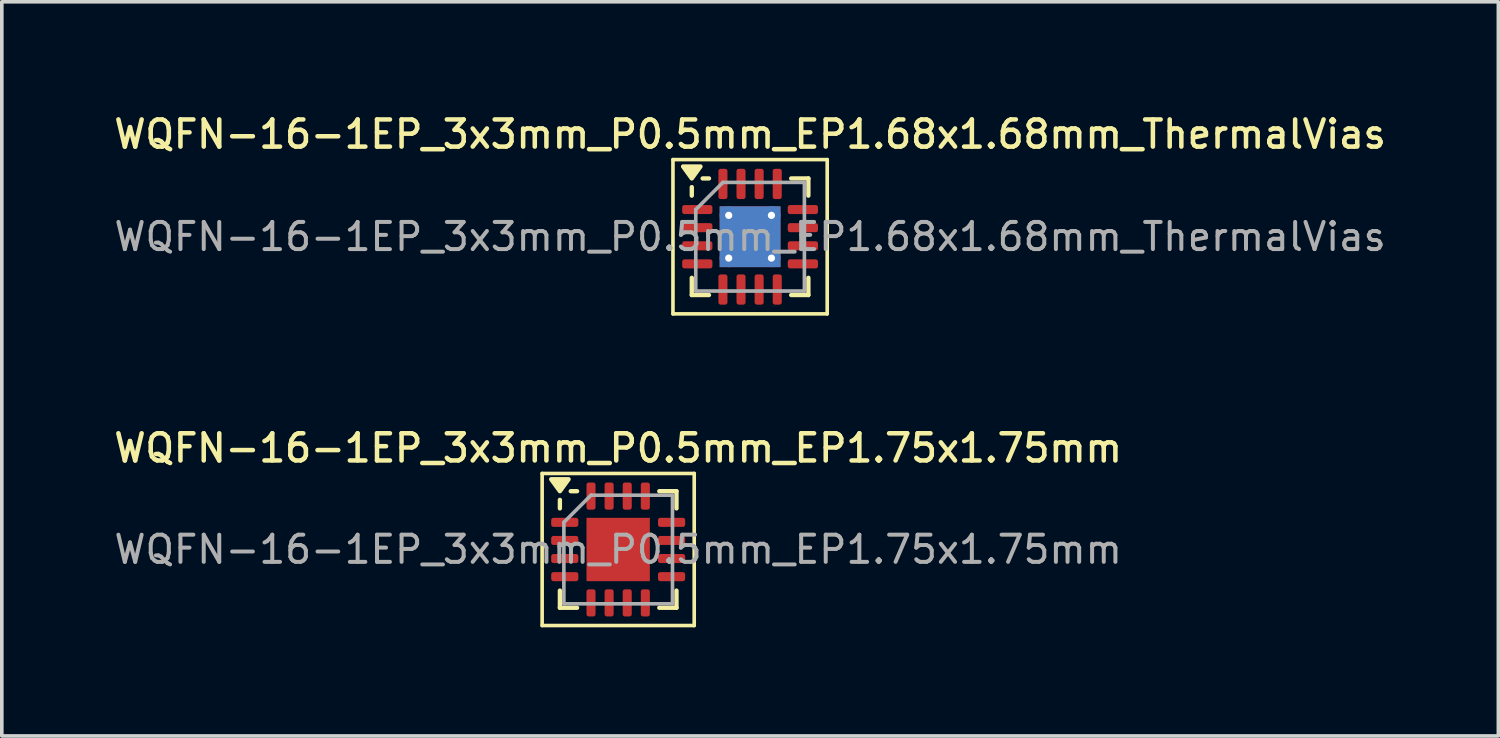
<source format=kicad_pcb>
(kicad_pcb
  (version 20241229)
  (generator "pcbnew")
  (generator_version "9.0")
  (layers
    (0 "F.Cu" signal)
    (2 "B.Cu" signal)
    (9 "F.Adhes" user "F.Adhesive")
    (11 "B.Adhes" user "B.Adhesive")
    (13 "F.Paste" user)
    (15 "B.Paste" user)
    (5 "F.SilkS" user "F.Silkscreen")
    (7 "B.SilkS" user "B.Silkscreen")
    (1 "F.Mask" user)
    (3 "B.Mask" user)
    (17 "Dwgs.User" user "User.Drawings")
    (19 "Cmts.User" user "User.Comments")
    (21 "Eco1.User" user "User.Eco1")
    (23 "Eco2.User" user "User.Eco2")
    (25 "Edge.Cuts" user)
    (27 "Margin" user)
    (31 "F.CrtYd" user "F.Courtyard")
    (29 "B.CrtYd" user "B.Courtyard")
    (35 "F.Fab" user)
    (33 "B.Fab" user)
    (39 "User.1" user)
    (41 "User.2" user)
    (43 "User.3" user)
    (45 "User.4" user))
  (footprint "WQFN-16-1EP_3x3mm_P0.5mm_EP1.68x1.68mm_ThermalVias"
    (layer "F.Cu")
    (at 17.666 3.488)
    (property "Reference" "WQFN-16-1EP_3x3mm_P0.5mm_EP1.68x1.68mm_ThermalVias" (at 0 -2.83 0) (layer "F.SilkS") (effects (font (size 0.75 0.75) (thickness 0.125))))
    (attr smd)
    (fp_line (start -2.13 -2.13) (end -2.13 2.13) (stroke (width 0.1) (type solid)) (layer "F.SilkS"))
    (fp_line (start -2.13 2.13) (end 2.13 2.13) (stroke (width 0.1) (type solid)) (layer "F.SilkS"))
    (fp_line (start -1.61 -1.135) (end -1.61 -1.37) (stroke (width 0.12) (type solid)) (layer "F.SilkS"))
    (fp_line (start -1.61 1.61) (end -1.61 1.135) (stroke (width 0.12) (type solid)) (layer "F.SilkS"))
    (fp_line (start -1.135 -1.61) (end -1.31 -1.61) (stroke (width 0.12) (type solid)) (layer "F.SilkS"))
    (fp_line (start -1.135 1.61) (end -1.61 1.61) (stroke (width 0.12) (type solid)) (layer "F.SilkS"))
    (fp_line (start 1.135 -1.61) (end 1.61 -1.61) (stroke (width 0.12) (type solid)) (layer "F.SilkS"))
    (fp_line (start 1.135 1.61) (end 1.61 1.61) (stroke (width 0.12) (type solid)) (layer "F.SilkS"))
    (fp_line (start 1.61 -1.61) (end 1.61 -1.135) (stroke (width 0.12) (type solid)) (layer "F.SilkS"))
    (fp_line (start 1.61 1.61) (end 1.61 1.135) (stroke (width 0.12) (type solid)) (layer "F.SilkS"))
    (fp_line (start 2.13 -2.13) (end -2.13 -2.13) (stroke (width 0.1) (type solid)) (layer "F.SilkS"))
    (fp_line (start 2.13 2.13) (end 2.13 -2.13) (stroke (width 0.1) (type solid)) (layer "F.SilkS"))
    (fp_poly (pts (xy -1.61 -1.61) (xy -1.85 -1.94) (xy -1.37 -1.94) (xy -1.61 -1.61)) (stroke (width 0.12) (type solid)) (fill yes) (layer "F.SilkS"))
    (fp_line (start -1.5 -0.75) (end -0.75 -1.5) (stroke (width 0.1) (type solid)) (layer "F.Fab"))
    (fp_line (start -1.5 1.5) (end -1.5 -0.75) (stroke (width 0.1) (type solid)) (layer "F.Fab"))
    (fp_line (start -0.75 -1.5) (end 1.5 -1.5) (stroke (width 0.1) (type solid)) (layer "F.Fab"))
    (fp_line (start 1.5 -1.5) (end 1.5 1.5) (stroke (width 0.1) (type solid)) (layer "F.Fab"))
    (fp_line (start 1.5 1.5) (end -1.5 1.5) (stroke (width 0.1) (type solid)) (layer "F.Fab"))
    (fp_text user "${REFERENCE}" (at 0 0 0) (layer "F.Fab") (effects (font (size 0.75 0.75) (thickness 0.11))))
    (pad "" smd roundrect (at -0.42 -0.42) (size 0.73 0.73) (layers "F.Paste") (roundrect_rratio 0.25))
    (pad "" smd roundrect (at -0.42 0.42) (size 0.73 0.73) (layers "F.Paste") (roundrect_rratio 0.25))
    (pad "" smd roundrect (at 0.42 -0.42) (size 0.73 0.73) (layers "F.Paste") (roundrect_rratio 0.25))
    (pad "" smd roundrect (at 0.42 0.42) (size 0.73 0.73) (layers "F.Paste") (roundrect_rratio 0.25))
    (pad "1" smd roundrect (at -1.458 -0.75) (size 0.835 0.25) (layers "F.Cu" "F.Mask" "F.Paste") (roundrect_rratio 0.25))
    (pad "2" smd roundrect (at -1.458 -0.25) (size 0.835 0.25) (layers "F.Cu" "F.Mask" "F.Paste") (roundrect_rratio 0.25))
    (pad "3" smd roundrect (at -1.458 0.25) (size 0.835 0.25) (layers "F.Cu" "F.Mask" "F.Paste") (roundrect_rratio 0.25))
    (pad "4" smd roundrect (at -1.458 0.75) (size 0.835 0.25) (layers "F.Cu" "F.Mask" "F.Paste") (roundrect_rratio 0.25))
    (pad "5" smd roundrect (at -0.75 1.458) (size 0.25 0.835) (layers "F.Cu" "F.Mask" "F.Paste") (roundrect_rratio 0.25))
    (pad "6" smd roundrect (at -0.25 1.458) (size 0.25 0.835) (layers "F.Cu" "F.Mask" "F.Paste") (roundrect_rratio 0.25))
    (pad "7" smd roundrect (at 0.25 1.458) (size 0.25 0.835) (layers "F.Cu" "F.Mask" "F.Paste") (roundrect_rratio 0.25))
    (pad "8" smd roundrect (at 0.75 1.458) (size 0.25 0.835) (layers "F.Cu" "F.Mask" "F.Paste") (roundrect_rratio 0.25))
    (pad "9" smd roundrect (at 1.458 0.75) (size 0.835 0.25) (layers "F.Cu" "F.Mask" "F.Paste") (roundrect_rratio 0.25))
    (pad "10" smd roundrect (at 1.458 0.25) (size 0.835 0.25) (layers "F.Cu" "F.Mask" "F.Paste") (roundrect_rratio 0.25))
    (pad "11" smd roundrect (at 1.458 -0.25) (size 0.835 0.25) (layers "F.Cu" "F.Mask" "F.Paste") (roundrect_rratio 0.25))
    (pad "12" smd roundrect (at 1.458 -0.75) (size 0.835 0.25) (layers "F.Cu" "F.Mask" "F.Paste") (roundrect_rratio 0.25))
    (pad "13" smd roundrect (at 0.75 -1.458) (size 0.25 0.835) (layers "F.Cu" "F.Mask" "F.Paste") (roundrect_rratio 0.25))
    (pad "14" smd roundrect (at 0.25 -1.458) (size 0.25 0.835) (layers "F.Cu" "F.Mask" "F.Paste") (roundrect_rratio 0.25))
    (pad "15" smd roundrect (at -0.25 -1.458) (size 0.25 0.835) (layers "F.Cu" "F.Mask" "F.Paste") (roundrect_rratio 0.25))
    (pad "16" smd roundrect (at -0.75 -1.458) (size 0.25 0.835) (layers "F.Cu" "F.Mask" "F.Paste") (roundrect_rratio 0.25))
    (pad "17" thru_hole circle (at -0.59 -0.59) (size 0.5 0.5) (drill 0.2) (property pad_prop_heatsink) (layers "*.Cu"))
    (pad "17" thru_hole circle (at -0.59 0.59) (size 0.5 0.5) (drill 0.2) (property pad_prop_heatsink) (layers "*.Cu"))
    (pad "17" smd rect (at 0 0) (size 1.68 1.68) (property pad_prop_heatsink) (layers "F.Cu" "F.Mask"))
    (pad "17" smd rect (at 0 0) (size 1.68 1.68) (property pad_prop_heatsink) (layers "B.Cu"))
    (pad "17" thru_hole circle (at 0.59 -0.59) (size 0.5 0.5) (drill 0.2) (property pad_prop_heatsink) (layers "*.Cu"))
    (pad "17" thru_hole circle (at 0.59 0.59) (size 0.5 0.5) (drill 0.2) (property pad_prop_heatsink) (layers "*.Cu")))
  (footprint "WQFN-16-1EP_3x3mm_P0.5mm_EP1.75x1.75mm"
    (layer "F.Cu")
    (at 14.023 12.126)
    (property "Reference" "WQFN-16-1EP_3x3mm_P0.5mm_EP1.75x1.75mm" (at 0 -2.8 0) (layer "F.SilkS") (effects (font (size 0.75 0.75) (thickness 0.125))))
    (attr smd)
    (fp_line (start -2.1 -2.1) (end -2.1 2.1) (stroke (width 0.1) (type solid)) (layer "F.SilkS"))
    (fp_line (start -2.1 2.1) (end 2.1 2.1) (stroke (width 0.1) (type solid)) (layer "F.SilkS"))
    (fp_line (start -1.61 -1.135) (end -1.61 -1.37) (stroke (width 0.12) (type solid)) (layer "F.SilkS"))
    (fp_line (start -1.61 1.61) (end -1.61 1.135) (stroke (width 0.12) (type solid)) (layer "F.SilkS"))
    (fp_line (start -1.135 -1.61) (end -1.31 -1.61) (stroke (width 0.12) (type solid)) (layer "F.SilkS"))
    (fp_line (start -1.135 1.61) (end -1.61 1.61) (stroke (width 0.12) (type solid)) (layer "F.SilkS"))
    (fp_line (start 1.135 -1.61) (end 1.61 -1.61) (stroke (width 0.12) (type solid)) (layer "F.SilkS"))
    (fp_line (start 1.135 1.61) (end 1.61 1.61) (stroke (width 0.12) (type solid)) (layer "F.SilkS"))
    (fp_line (start 1.61 -1.61) (end 1.61 -1.135) (stroke (width 0.12) (type solid)) (layer "F.SilkS"))
    (fp_line (start 1.61 1.61) (end 1.61 1.135) (stroke (width 0.12) (type solid)) (layer "F.SilkS"))
    (fp_line (start 2.1 -2.1) (end -2.1 -2.1) (stroke (width 0.1) (type solid)) (layer "F.SilkS"))
    (fp_line (start 2.1 2.1) (end 2.1 -2.1) (stroke (width 0.1) (type solid)) (layer "F.SilkS"))
    (fp_poly (pts (xy -1.61 -1.61) (xy -1.85 -1.94) (xy -1.37 -1.94) (xy -1.61 -1.61)) (stroke (width 0.12) (type solid)) (fill yes) (layer "F.SilkS"))
    (fp_line (start -1.5 -0.75) (end -0.75 -1.5) (stroke (width 0.1) (type solid)) (layer "F.Fab"))
    (fp_line (start -1.5 1.5) (end -1.5 -0.75) (stroke (width 0.1) (type solid)) (layer "F.Fab"))
    (fp_line (start -0.75 -1.5) (end 1.5 -1.5) (stroke (width 0.1) (type solid)) (layer "F.Fab"))
    (fp_line (start 1.5 -1.5) (end 1.5 1.5) (stroke (width 0.1) (type solid)) (layer "F.Fab"))
    (fp_line (start 1.5 1.5) (end -1.5 1.5) (stroke (width 0.1) (type solid)) (layer "F.Fab"))
    (fp_text user "${REFERENCE}" (at 0 0 0) (layer "F.Fab") (effects (font (size 0.75 0.75) (thickness 0.11))))
    (pad "" smd roundrect (at -0.44 -0.44) (size 0.71 0.71) (layers "F.Paste") (roundrect_rratio 0.25))
    (pad "" smd roundrect (at -0.44 0.44) (size 0.71 0.71) (layers "F.Paste") (roundrect_rratio 0.25))
    (pad "" smd roundrect (at 0.44 -0.44) (size 0.71 0.71) (layers "F.Paste") (roundrect_rratio 0.25))
    (pad "" smd roundrect (at 0.44 0.44) (size 0.71 0.71) (layers "F.Paste") (roundrect_rratio 0.25))
    (pad "1" smd roundrect (at -1.475 -0.75) (size 0.75 0.25) (layers "F.Cu" "F.Mask" "F.Paste") (roundrect_rratio 0.25))
    (pad "2" smd roundrect (at -1.475 -0.25) (size 0.75 0.25) (layers "F.Cu" "F.Mask" "F.Paste") (roundrect_rratio 0.25))
    (pad "3" smd roundrect (at -1.475 0.25) (size 0.75 0.25) (layers "F.Cu" "F.Mask" "F.Paste") (roundrect_rratio 0.25))
    (pad "4" smd roundrect (at -1.475 0.75) (size 0.75 0.25) (layers "F.Cu" "F.Mask" "F.Paste") (roundrect_rratio 0.25))
    (pad "5" smd roundrect (at -0.75 1.475) (size 0.25 0.75) (layers "F.Cu" "F.Mask" "F.Paste") (roundrect_rratio 0.25))
    (pad "6" smd roundrect (at -0.25 1.475) (size 0.25 0.75) (layers "F.Cu" "F.Mask" "F.Paste") (roundrect_rratio 0.25))
    (pad "7" smd roundrect (at 0.25 1.475) (size 0.25 0.75) (layers "F.Cu" "F.Mask" "F.Paste") (roundrect_rratio 0.25))
    (pad "8" smd roundrect (at 0.75 1.475) (size 0.25 0.75) (layers "F.Cu" "F.Mask" "F.Paste") (roundrect_rratio 0.25))
    (pad "9" smd roundrect (at 1.475 0.75) (size 0.75 0.25) (layers "F.Cu" "F.Mask" "F.Paste") (roundrect_rratio 0.25))
    (pad "10" smd roundrect (at 1.475 0.25) (size 0.75 0.25) (layers "F.Cu" "F.Mask" "F.Paste") (roundrect_rratio 0.25))
    (pad "11" smd roundrect (at 1.475 -0.25) (size 0.75 0.25) (layers "F.Cu" "F.Mask" "F.Paste") (roundrect_rratio 0.25))
    (pad "12" smd roundrect (at 1.475 -0.75) (size 0.75 0.25) (layers "F.Cu" "F.Mask" "F.Paste") (roundrect_rratio 0.25))
    (pad "13" smd roundrect (at 0.75 -1.475) (size 0.25 0.75) (layers "F.Cu" "F.Mask" "F.Paste") (roundrect_rratio 0.25))
    (pad "14" smd roundrect (at 0.25 -1.475) (size 0.25 0.75) (layers "F.Cu" "F.Mask" "F.Paste") (roundrect_rratio 0.25))
    (pad "15" smd roundrect (at -0.25 -1.475) (size 0.25 0.75) (layers "F.Cu" "F.Mask" "F.Paste") (roundrect_rratio 0.25))
    (pad "16" smd roundrect (at -0.75 -1.475) (size 0.25 0.75) (layers "F.Cu" "F.Mask" "F.Paste") (roundrect_rratio 0.25))
    (pad "17" smd rect (at 0 0) (size 1.75 1.75) (property pad_prop_heatsink) (layers "F.Cu" "F.Mask")))
  (gr_rect
    (start -3 -3)
    (end 38.332 17.276)
    (stroke (width 0.1) (type default))
    (fill no)
    (layer "Edge.Cuts")))
</source>
